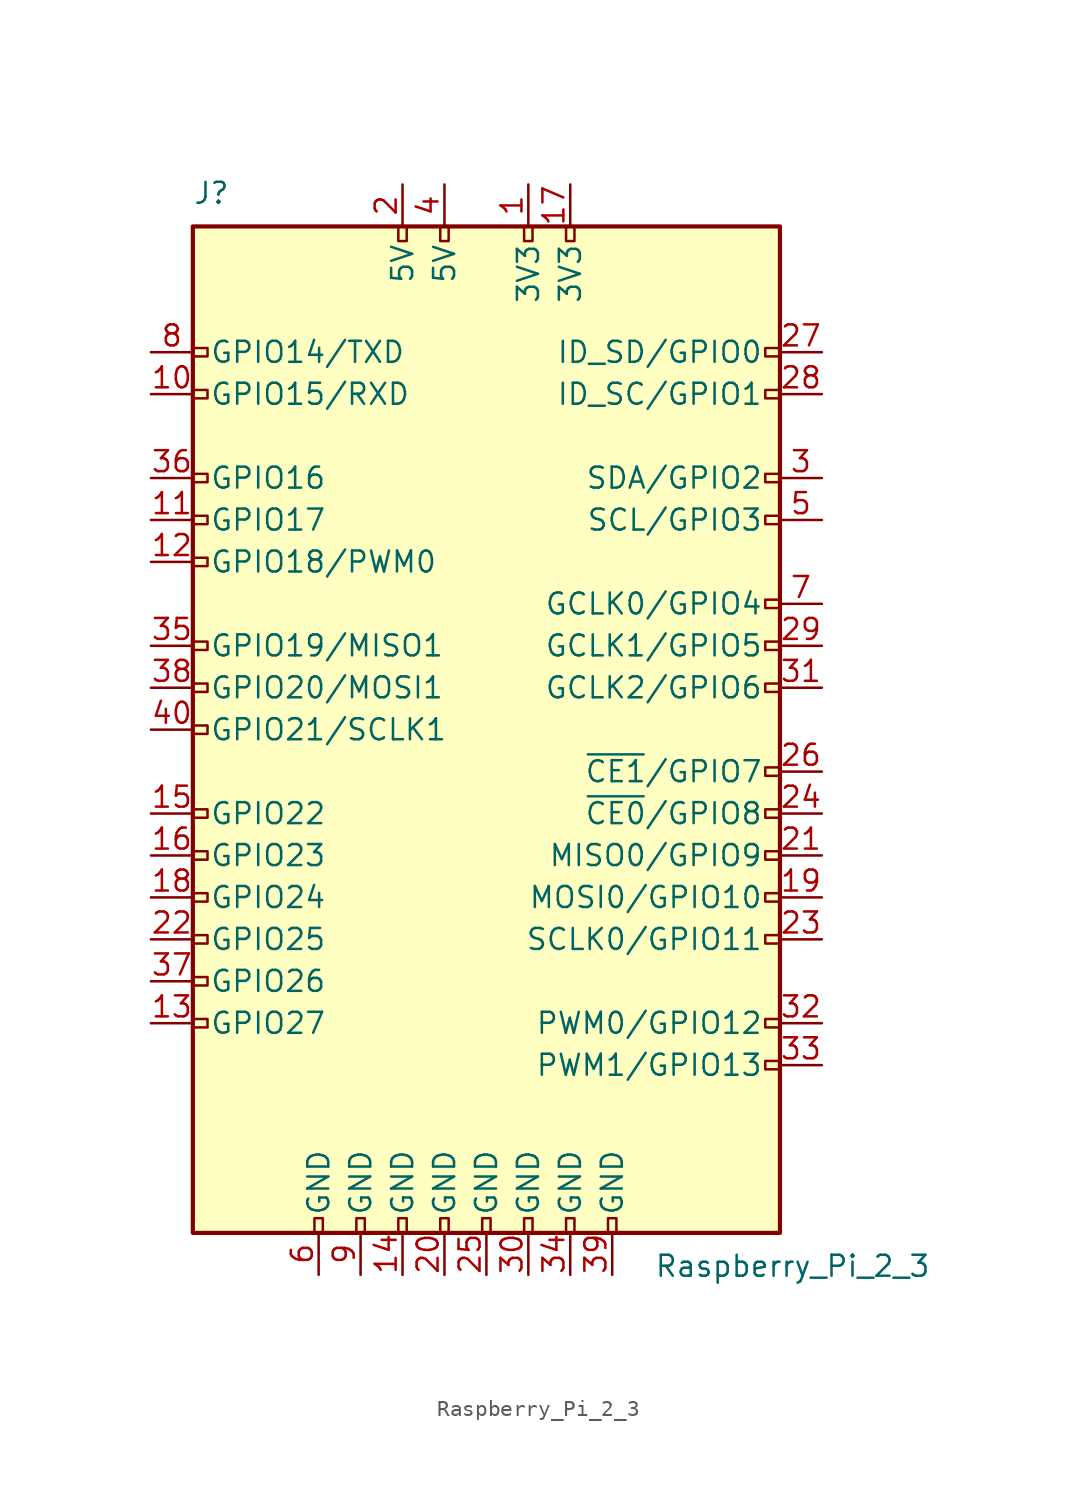
<source format=kicad_sym>
(kicad_symbol_lib
  (version 20200908)
  (generator kicad_symbol_editor)
  (symbol "Connector:Raspberry_Pi_2_3"
    (pin_names
      (offset 1.016))
    (property "Reference" "J"
      (at -17.78 31.75 0)
      (effects (font (size 1.27 1.27)) (justify left bottom)))
    (property "Value" "Raspberry_Pi_2_3"
      (at 10.16 -31.75 0)
      (effects (font (size 1.27 1.27)) (justify left top)))
    (symbol "Raspberry_Pi_2_3_0_1"
      (rectangle (start -17.78 30.48) (end 17.78 -30.48) (stroke (width 0.254)) (fill (type background))))
    (symbol "Raspberry_Pi_2_3_1_1"
      (rectangle (start -16.891 -17.526) (end -17.78 -18.034) (stroke (width 0)) (fill (type none)))
      (rectangle (start -16.891 -14.986) (end -17.78 -15.494) (stroke (width 0)) (fill (type none)))
      (rectangle (start -16.891 -12.446) (end -17.78 -12.954) (stroke (width 0)) (fill (type none)))
      (rectangle (start -16.891 -9.906) (end -17.78 -10.414) (stroke (width 0)) (fill (type none)))
      (rectangle (start -16.891 -7.366) (end -17.78 -7.874) (stroke (width 0)) (fill (type none)))
      (rectangle (start -16.891 -4.826) (end -17.78 -5.334) (stroke (width 0)) (fill (type none)))
      (rectangle (start -16.891 0.254) (end -17.78 -0.254) (stroke (width 0)) (fill (type none)))
      (rectangle (start -16.891 2.794) (end -17.78 2.286) (stroke (width 0)) (fill (type none)))
      (rectangle (start -16.891 5.334) (end -17.78 4.826) (stroke (width 0)) (fill (type none)))
      (rectangle (start -16.891 10.414) (end -17.78 9.906) (stroke (width 0)) (fill (type none)))
      (rectangle (start -16.891 12.954) (end -17.78 12.446) (stroke (width 0)) (fill (type none)))
      (rectangle (start -16.891 15.494) (end -17.78 14.986) (stroke (width 0)) (fill (type none)))
      (rectangle (start -16.891 20.574) (end -17.78 20.066) (stroke (width 0)) (fill (type none)))
      (rectangle (start -16.891 23.114) (end -17.78 22.606) (stroke (width 0)) (fill (type none)))
      (rectangle (start -10.414 -29.591) (end -9.906 -30.48) (stroke (width 0)) (fill (type none)))
      (rectangle (start -7.874 -29.591) (end -7.366 -30.48) (stroke (width 0)) (fill (type none)))
      (rectangle (start -5.334 -29.591) (end -4.826 -30.48) (stroke (width 0)) (fill (type none)))
      (rectangle (start -5.334 30.48) (end -4.826 29.591) (stroke (width 0)) (fill (type none)))
      (rectangle (start -2.794 -29.591) (end -2.286 -30.48) (stroke (width 0)) (fill (type none)))
      (rectangle (start -2.794 30.48) (end -2.286 29.591) (stroke (width 0)) (fill (type none)))
      (rectangle (start -0.254 -29.591) (end 0.254 -30.48) (stroke (width 0)) (fill (type none)))
      (rectangle (start 2.286 -29.591) (end 2.794 -30.48) (stroke (width 0)) (fill (type none)))
      (rectangle (start 2.286 30.48) (end 2.794 29.591) (stroke (width 0)) (fill (type none)))
      (rectangle (start 4.826 -29.591) (end 5.334 -30.48) (stroke (width 0)) (fill (type none)))
      (rectangle (start 4.826 30.48) (end 5.334 29.591) (stroke (width 0)) (fill (type none)))
      (rectangle (start 7.366 -29.591) (end 7.874 -30.48) (stroke (width 0)) (fill (type none)))
      (rectangle (start 17.78 -20.066) (end 16.891 -20.574) (stroke (width 0)) (fill (type none)))
      (rectangle (start 17.78 -17.526) (end 16.891 -18.034) (stroke (width 0)) (fill (type none)))
      (rectangle (start 17.78 -12.446) (end 16.891 -12.954) (stroke (width 0)) (fill (type none)))
      (rectangle (start 17.78 -9.906) (end 16.891 -10.414) (stroke (width 0)) (fill (type none)))
      (rectangle (start 17.78 -7.366) (end 16.891 -7.874) (stroke (width 0)) (fill (type none)))
      (rectangle (start 17.78 -4.826) (end 16.891 -5.334) (stroke (width 0)) (fill (type none)))
      (rectangle (start 17.78 -2.286) (end 16.891 -2.794) (stroke (width 0)) (fill (type none)))
      (rectangle (start 17.78 2.794) (end 16.891 2.286) (stroke (width 0)) (fill (type none)))
      (rectangle (start 17.78 5.334) (end 16.891 4.826) (stroke (width 0)) (fill (type none)))
      (rectangle (start 17.78 7.874) (end 16.891 7.366) (stroke (width 0)) (fill (type none)))
      (rectangle (start 17.78 12.954) (end 16.891 12.446) (stroke (width 0)) (fill (type none)))
      (rectangle (start 17.78 15.494) (end 16.891 14.986) (stroke (width 0)) (fill (type none)))
      (rectangle (start 17.78 20.574) (end 16.891 20.066) (stroke (width 0)) (fill (type none)))
      (rectangle (start 17.78 23.114) (end 16.891 22.606) (stroke (width 0)) (fill (type none)))
      (pin power_in line (at 2.54 33.02 270) (length 2.54) (name "3V3" (effects (font (size 1.27 1.27)))) (number "1" (effects (font (size 1.27 1.27)))))
      (pin bidirectional line (at -20.32 20.32 0) (length 2.54) (name "GPIO15/RXD" (effects (font (size 1.27 1.27)))) (number "10" (effects (font (size 1.27 1.27)))))
      (pin bidirectional line (at -20.32 12.7 0) (length 2.54) (name "GPIO17" (effects (font (size 1.27 1.27)))) (number "11" (effects (font (size 1.27 1.27)))))
      (pin bidirectional line (at -20.32 10.16 0) (length 2.54) (name "GPIO18/PWM0" (effects (font (size 1.27 1.27)))) (number "12" (effects (font (size 1.27 1.27)))))
      (pin bidirectional line (at -20.32 -17.78 0) (length 2.54) (name "GPIO27" (effects (font (size 1.27 1.27)))) (number "13" (effects (font (size 1.27 1.27)))))
      (pin power_in line (at -5.08 -33.02 90) (length 2.54) (name "GND" (effects (font (size 1.27 1.27)))) (number "14" (effects (font (size 1.27 1.27)))))
      (pin bidirectional line (at -20.32 -5.08 0) (length 2.54) (name "GPIO22" (effects (font (size 1.27 1.27)))) (number "15" (effects (font (size 1.27 1.27)))))
      (pin bidirectional line (at -20.32 -7.62 0) (length 2.54) (name "GPIO23" (effects (font (size 1.27 1.27)))) (number "16" (effects (font (size 1.27 1.27)))))
      (pin power_in line (at 5.08 33.02 270) (length 2.54) (name "3V3" (effects (font (size 1.27 1.27)))) (number "17" (effects (font (size 1.27 1.27)))))
      (pin bidirectional line (at -20.32 -10.16 0) (length 2.54) (name "GPIO24" (effects (font (size 1.27 1.27)))) (number "18" (effects (font (size 1.27 1.27)))))
      (pin bidirectional line (at 20.32 -10.16 180) (length 2.54) (name "MOSI0/GPIO10" (effects (font (size 1.27 1.27)))) (number "19" (effects (font (size 1.27 1.27)))))
      (pin power_in line (at -5.08 33.02 270) (length 2.54) (name "5V" (effects (font (size 1.27 1.27)))) (number "2" (effects (font (size 1.27 1.27)))))
      (pin power_in line (at -2.54 -33.02 90) (length 2.54) (name "GND" (effects (font (size 1.27 1.27)))) (number "20" (effects (font (size 1.27 1.27)))))
      (pin bidirectional line (at 20.32 -7.62 180) (length 2.54) (name "MISO0/GPIO9" (effects (font (size 1.27 1.27)))) (number "21" (effects (font (size 1.27 1.27)))))
      (pin bidirectional line (at -20.32 -12.7 0) (length 2.54) (name "GPIO25" (effects (font (size 1.27 1.27)))) (number "22" (effects (font (size 1.27 1.27)))))
      (pin bidirectional line (at 20.32 -12.7 180) (length 2.54) (name "SCLK0/GPIO11" (effects (font (size 1.27 1.27)))) (number "23" (effects (font (size 1.27 1.27)))))
      (pin bidirectional line (at 20.32 -5.08 180) (length 2.54) (name "~CE0~/GPIO8" (effects (font (size 1.27 1.27)))) (number "24" (effects (font (size 1.27 1.27)))))
      (pin power_in line (at 0 -33.02 90) (length 2.54) (name "GND" (effects (font (size 1.27 1.27)))) (number "25" (effects (font (size 1.27 1.27)))))
      (pin bidirectional line (at 20.32 -2.54 180) (length 2.54) (name "~CE1~/GPIO7" (effects (font (size 1.27 1.27)))) (number "26" (effects (font (size 1.27 1.27)))))
      (pin bidirectional line (at 20.32 22.86 180) (length 2.54) (name "ID_SD/GPIO0" (effects (font (size 1.27 1.27)))) (number "27" (effects (font (size 1.27 1.27)))))
      (pin bidirectional line (at 20.32 20.32 180) (length 2.54) (name "ID_SC/GPIO1" (effects (font (size 1.27 1.27)))) (number "28" (effects (font (size 1.27 1.27)))))
      (pin bidirectional line (at 20.32 5.08 180) (length 2.54) (name "GCLK1/GPIO5" (effects (font (size 1.27 1.27)))) (number "29" (effects (font (size 1.27 1.27)))))
      (pin bidirectional line (at 20.32 15.24 180) (length 2.54) (name "SDA/GPIO2" (effects (font (size 1.27 1.27)))) (number "3" (effects (font (size 1.27 1.27)))))
      (pin power_in line (at 2.54 -33.02 90) (length 2.54) (name "GND" (effects (font (size 1.27 1.27)))) (number "30" (effects (font (size 1.27 1.27)))))
      (pin bidirectional line (at 20.32 2.54 180) (length 2.54) (name "GCLK2/GPIO6" (effects (font (size 1.27 1.27)))) (number "31" (effects (font (size 1.27 1.27)))))
      (pin bidirectional line (at 20.32 -17.78 180) (length 2.54) (name "PWM0/GPIO12" (effects (font (size 1.27 1.27)))) (number "32" (effects (font (size 1.27 1.27)))))
      (pin bidirectional line (at 20.32 -20.32 180) (length 2.54) (name "PWM1/GPIO13" (effects (font (size 1.27 1.27)))) (number "33" (effects (font (size 1.27 1.27)))))
      (pin power_in line (at 5.08 -33.02 90) (length 2.54) (name "GND" (effects (font (size 1.27 1.27)))) (number "34" (effects (font (size 1.27 1.27)))))
      (pin bidirectional line (at -20.32 5.08 0) (length 2.54) (name "GPIO19/MISO1" (effects (font (size 1.27 1.27)))) (number "35" (effects (font (size 1.27 1.27)))))
      (pin bidirectional line (at -20.32 15.24 0) (length 2.54) (name "GPIO16" (effects (font (size 1.27 1.27)))) (number "36" (effects (font (size 1.27 1.27)))))
      (pin bidirectional line (at -20.32 -15.24 0) (length 2.54) (name "GPIO26" (effects (font (size 1.27 1.27)))) (number "37" (effects (font (size 1.27 1.27)))))
      (pin bidirectional line (at -20.32 2.54 0) (length 2.54) (name "GPIO20/MOSI1" (effects (font (size 1.27 1.27)))) (number "38" (effects (font (size 1.27 1.27)))))
      (pin power_in line (at 7.62 -33.02 90) (length 2.54) (name "GND" (effects (font (size 1.27 1.27)))) (number "39" (effects (font (size 1.27 1.27)))))
      (pin power_in line (at -2.54 33.02 270) (length 2.54) (name "5V" (effects (font (size 1.27 1.27)))) (number "4" (effects (font (size 1.27 1.27)))))
      (pin bidirectional line (at -20.32 0 0) (length 2.54) (name "GPIO21/SCLK1" (effects (font (size 1.27 1.27)))) (number "40" (effects (font (size 1.27 1.27)))))
      (pin bidirectional line (at 20.32 12.7 180) (length 2.54) (name "SCL/GPIO3" (effects (font (size 1.27 1.27)))) (number "5" (effects (font (size 1.27 1.27)))))
      (pin power_in line (at -10.16 -33.02 90) (length 2.54) (name "GND" (effects (font (size 1.27 1.27)))) (number "6" (effects (font (size 1.27 1.27)))))
      (pin bidirectional line (at 20.32 7.62 180) (length 2.54) (name "GCLK0/GPIO4" (effects (font (size 1.27 1.27)))) (number "7" (effects (font (size 1.27 1.27)))))
      (pin bidirectional line (at -20.32 22.86 0) (length 2.54) (name "GPIO14/TXD" (effects (font (size 1.27 1.27)))) (number "8" (effects (font (size 1.27 1.27)))))
      (pin power_in line (at -7.62 -33.02 90) (length 2.54) (name "GND" (effects (font (size 1.27 1.27)))) (number "9" (effects (font (size 1.27 1.27))))))))
</source>
